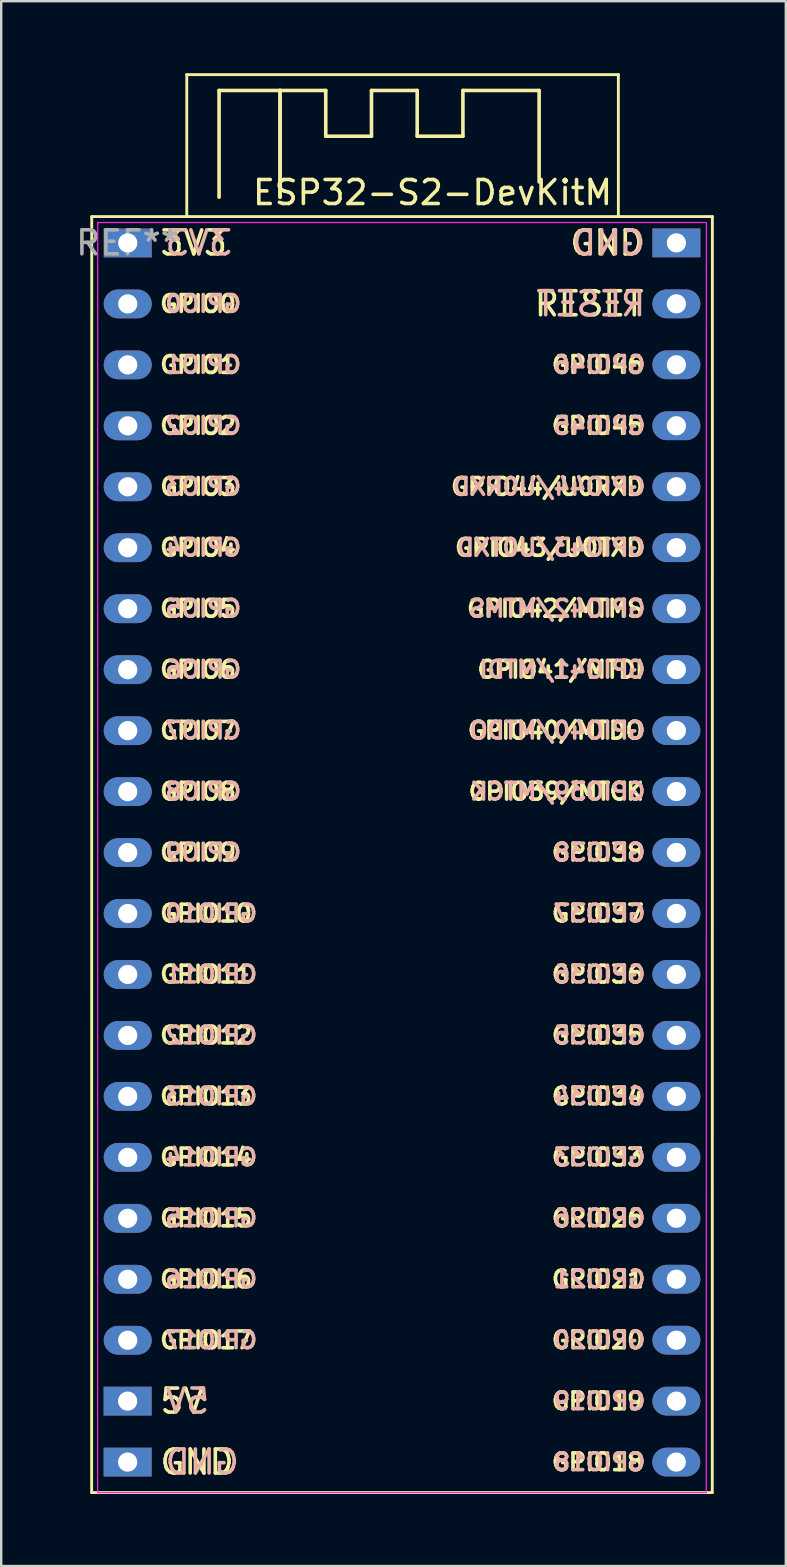
<source format=kicad_pcb>
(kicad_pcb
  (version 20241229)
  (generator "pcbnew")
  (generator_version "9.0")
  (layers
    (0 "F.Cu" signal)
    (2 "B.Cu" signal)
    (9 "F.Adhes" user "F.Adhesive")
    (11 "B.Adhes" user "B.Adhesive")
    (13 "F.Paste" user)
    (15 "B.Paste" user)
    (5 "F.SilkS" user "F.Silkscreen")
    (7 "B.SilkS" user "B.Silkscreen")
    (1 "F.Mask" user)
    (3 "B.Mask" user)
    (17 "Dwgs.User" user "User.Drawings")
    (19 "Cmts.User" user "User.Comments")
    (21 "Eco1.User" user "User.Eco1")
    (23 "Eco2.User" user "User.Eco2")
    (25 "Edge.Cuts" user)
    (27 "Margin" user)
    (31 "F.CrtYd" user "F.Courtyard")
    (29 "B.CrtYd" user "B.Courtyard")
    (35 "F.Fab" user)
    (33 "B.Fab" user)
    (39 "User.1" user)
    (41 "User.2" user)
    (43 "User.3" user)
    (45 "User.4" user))
  (footprint "ESP32-S2-DevKitM"
    (layer "F.Cu")
    (at 2.268 7.07)
    (property "Reference" "ESP32-S2-DevKitM" (at 12.704 -2.097 0) (layer "F.SilkS") (effects (font (size 1 1) (thickness 0.15))))
    (attr through_hole)
    (fp_line (start -1.5 52.07) (end 24.36 52.07) (stroke (width 0.12) (type solid)) (layer "F.SilkS"))
    (fp_line (start -1.496 -1.097) (end -1.5 52.07) (stroke (width 0.12) (type solid)) (layer "F.SilkS"))
    (fp_line (start 2.464 -7.01) (end 20.447 -7.01) (stroke (width 0.12) (type solid)) (layer "F.SilkS"))
    (fp_line (start 2.464 -1.118) (end 2.464 -7.01) (stroke (width 0.12) (type solid)) (layer "F.SilkS"))
    (fp_line (start 3.81 -6.35) (end 6.35 -6.35) (stroke (width 0.15) (type solid)) (layer "F.SilkS"))
    (fp_line (start 3.81 -1.905) (end 3.81 -6.35) (stroke (width 0.15) (type solid)) (layer "F.SilkS"))
    (fp_line (start 6.35 -6.35) (end 6.35 -1.905) (stroke (width 0.15) (type solid)) (layer "F.SilkS"))
    (fp_line (start 6.35 -6.35) (end 8.255 -6.35) (stroke (width 0.15) (type solid)) (layer "F.SilkS"))
    (fp_line (start 6.35 -1.905) (end 6.35 -6.35) (stroke (width 0.15) (type solid)) (layer "F.SilkS"))
    (fp_line (start 8.255 -6.35) (end 8.255 -4.445) (stroke (width 0.15) (type solid)) (layer "F.SilkS"))
    (fp_line (start 8.255 -4.445) (end 10.16 -4.445) (stroke (width 0.15) (type solid)) (layer "F.SilkS"))
    (fp_line (start 10.16 -6.35) (end 12.065 -6.35) (stroke (width 0.15) (type solid)) (layer "F.SilkS"))
    (fp_line (start 10.16 -4.445) (end 10.16 -6.35) (stroke (width 0.15) (type solid)) (layer "F.SilkS"))
    (fp_line (start 12.065 -6.35) (end 12.065 -4.445) (stroke (width 0.15) (type solid)) (layer "F.SilkS"))
    (fp_line (start 12.065 -4.445) (end 13.97 -4.445) (stroke (width 0.15) (type solid)) (layer "F.SilkS"))
    (fp_line (start 13.97 -6.35) (end 17.145 -6.35) (stroke (width 0.15) (type solid)) (layer "F.SilkS"))
    (fp_line (start 13.97 -4.445) (end 13.97 -6.35) (stroke (width 0.15) (type solid)) (layer "F.SilkS"))
    (fp_line (start 17.145 -6.35) (end 17.145 -2.54) (stroke (width 0.15) (type solid)) (layer "F.SilkS"))
    (fp_line (start 20.447 -7.01) (end 20.447 -1.118) (stroke (width 0.12) (type solid)) (layer "F.SilkS"))
    (fp_line (start 24.36 52.07) (end 24.364 -1.097) (stroke (width 0.12) (type solid)) (layer "F.SilkS"))
    (fp_line (start 24.364 -1.097) (end -1.496 -1.097) (stroke (width 0.12) (type solid)) (layer "F.SilkS"))
    (fp_line (start -1.25 52.07) (end -1.246 -0.847) (stroke (width 0.05) (type solid)) (layer "F.CrtYd"))
    (fp_line (start -1.246 -0.847) (end 24.114 -0.847) (stroke (width 0.05) (type solid)) (layer "F.CrtYd"))
    (fp_line (start 24.11 52.07) (end -1.25 52.07) (stroke (width 0.05) (type solid)) (layer "F.CrtYd"))
    (fp_line (start 24.114 -0.847) (end 24.11 52.07) (stroke (width 0.05) (type solid)) (layer "F.CrtYd"))
    (fp_text user "GPIO15" (at 1.27 40.64 0) (unlocked yes) (layer "F.SilkS") (effects (font (size 0.7 0.7) (thickness 0.15)) (justify left)))
    (fp_text user "5V" (at 1.27 48.26 0) (unlocked yes) (layer "F.SilkS") (effects (font (size 1 1) (thickness 0.15)) (justify left)))
    (fp_text user "3V3" (at 1.274 0.003 0) (unlocked yes) (layer "F.SilkS") (effects (font (size 1 1) (thickness 0.15)) (justify left)))
    (fp_text user "GPIO46" (at 21.59 5.08 0) (unlocked yes) (layer "F.SilkS") (effects (font (size 0.7 0.7) (thickness 0.15)) (justify right)))
    (fp_text user "GPIO35" (at 21.59 33.02 0) (unlocked yes) (layer "F.SilkS") (effects (font (size 0.7 0.7) (thickness 0.15)) (justify right)))
    (fp_text user "GPIO20" (at 21.59 45.72 0) (unlocked yes) (layer "F.SilkS") (effects (font (size 0.7 0.7) (thickness 0.15)) (justify right)))
    (fp_text user "GND" (at 21.594 0.003 0) (unlocked yes) (layer "F.SilkS") (effects (font (size 1 1) (thickness 0.15)) (justify right)))
    (fp_text user "GPIO12" (at 1.27 33.02 0) (unlocked yes) (layer "F.SilkS") (effects (font (size 0.7 0.7) (thickness 0.15)) (justify left)))
    (fp_text user "GPIO9" (at 1.27 25.4 0) (unlocked yes) (layer "F.SilkS") (effects (font (size 0.7 0.7) (thickness 0.15)) (justify left)))
    (fp_text user "GPIO5" (at 1.27 15.24 0) (unlocked yes) (layer "F.SilkS") (effects (font (size 0.7 0.7) (thickness 0.15)) (justify left)))
    (fp_text user "GPIO17" (at 1.27 45.72 0) (unlocked yes) (layer "F.SilkS") (effects (font (size 0.7 0.7) (thickness 0.15)) (justify left)))
    (fp_text user "GPIO19" (at 21.59 48.26 0) (unlocked yes) (layer "F.SilkS") (effects (font (size 0.7 0.7) (thickness 0.15)) (justify right)))
    (fp_text user "GPIO37" (at 21.59 27.94 0) (unlocked yes) (layer "F.SilkS") (effects (font (size 0.7 0.7) (thickness 0.15)) (justify right)))
    (fp_text user "GPIO6" (at 1.27 17.78 0) (unlocked yes) (layer "F.SilkS") (effects (font (size 0.7 0.7) (thickness 0.15)) (justify left)))
    (fp_text user "GPIO2" (at 1.27 7.62 0) (unlocked yes) (layer "F.SilkS") (effects (font (size 0.7 0.7) (thickness 0.15)) (justify left)))
    (fp_text user "GPIO21" (at 21.59 43.18 0) (unlocked yes) (layer "F.SilkS") (effects (font (size 0.7 0.7) (thickness 0.15)) (justify right)))
    (fp_text user "GPIO14" (at 1.27 38.1 0) (unlocked yes) (layer "F.SilkS") (effects (font (size 0.7 0.7) (thickness 0.15)) (justify left)))
    (fp_text user "GPIO4" (at 1.27 12.7 0) (unlocked yes) (layer "F.SilkS") (effects (font (size 0.7 0.7) (thickness 0.15)) (justify left)))
    (fp_text user "GPIO1" (at 1.27 5.08 0) (unlocked yes) (layer "F.SilkS") (effects (font (size 0.7 0.7) (thickness 0.15)) (justify left)))
    (fp_text user "GPIO18" (at 21.59 50.8 0) (unlocked yes) (layer "F.SilkS") (effects (font (size 0.7 0.7) (thickness 0.15)) (justify right)))
    (fp_text user "GPIO0" (at 1.27 2.54 0) (unlocked yes) (layer "F.SilkS") (effects (font (size 0.7 0.7) (thickness 0.15)) (justify left)))
    (fp_text user "GPIO36" (at 21.59 30.48 0) (unlocked yes) (layer "F.SilkS") (effects (font (size 0.7 0.7) (thickness 0.15)) (justify right)))
    (fp_text user "GPIO45" (at 21.59 7.62 0) (unlocked yes) (layer "F.SilkS") (effects (font (size 0.7 0.7) (thickness 0.15)) (justify right)))
    (fp_text user "GPIO3" (at 1.274 10.16 0) (unlocked yes) (layer "F.SilkS") (effects (font (size 0.7 0.7) (thickness 0.15)) (justify left)))
    (fp_text user "GPIO41/MTDI" (at 21.59 17.78 0) (unlocked yes) (layer "F.SilkS") (effects (font (size 0.7 0.7) (thickness 0.15)) (justify right)))
    (fp_text user "GPIO26" (at 21.59 40.64 0) (unlocked yes) (layer "F.SilkS") (effects (font (size 0.7 0.7) (thickness 0.15)) (justify right)))
    (fp_text user "GPIO43/U0TXD" (at 21.59 12.7 0) (unlocked yes) (layer "F.SilkS") (effects (font (size 0.7 0.7) (thickness 0.15)) (justify right)))
    (fp_text user "GPIO42/MTMS" (at 21.59 15.24 0) (unlocked yes) (layer "F.SilkS") (effects (font (size 0.7 0.7) (thickness 0.15)) (justify right)))
    (fp_text user "GPIO11" (at 1.27 30.48 0) (unlocked yes) (layer "F.SilkS") (effects (font (size 0.7 0.7) (thickness 0.15)) (justify left)))
    (fp_text user "GPIO44/U0RXD" (at 21.59 10.16 0) (unlocked yes) (layer "F.SilkS") (effects (font (size 0.7 0.7) (thickness 0.15)) (justify right)))
    (fp_text user "GPIO7" (at 1.27 20.32 0) (unlocked yes) (layer "F.SilkS") (effects (font (size 0.7 0.7) (thickness 0.15)) (justify left)))
    (fp_text user "RESET" (at 21.59 2.54 0) (unlocked yes) (layer "F.SilkS") (effects (font (size 1 1) (thickness 0.15)) (justify right)))
    (fp_text user "GPIO34" (at 21.59 35.56 0) (unlocked yes) (layer "F.SilkS") (effects (font (size 0.7 0.7) (thickness 0.15)) (justify right)))
    (fp_text user "GPIO33" (at 21.59 38.1 0) (unlocked yes) (layer "F.SilkS") (effects (font (size 0.7 0.7) (thickness 0.15)) (justify right)))
    (fp_text user "GND" (at 1.27 50.8 0) (unlocked yes) (layer "F.SilkS") (effects (font (size 1 1) (thickness 0.15)) (justify left)))
    (fp_text user "GPIO38" (at 21.59 25.4 0) (unlocked yes) (layer "F.SilkS") (effects (font (size 0.7 0.7) (thickness 0.15)) (justify right)))
    (fp_text user "GPIO13" (at 1.27 35.56 0) (unlocked yes) (layer "F.SilkS") (effects (font (size 0.7 0.7) (thickness 0.15)) (justify left)))
    (fp_text user "GPIO16" (at 1.27 43.18 0) (unlocked yes) (layer "F.SilkS") (effects (font (size 0.7 0.7) (thickness 0.15)) (justify left)))
    (fp_text user "GPIO8" (at 1.27 22.86 0) (unlocked yes) (layer "F.SilkS") (effects (font (size 0.7 0.7) (thickness 0.15)) (justify left)))
    (fp_text user "GPIO39/MTCK" (at 21.59 22.86 0) (unlocked yes) (layer "F.SilkS") (effects (font (size 0.7 0.7) (thickness 0.15)) (justify right)))
    (fp_text user "GPIO10" (at 1.27 27.94 0) (unlocked yes) (layer "F.SilkS") (effects (font (size 0.7 0.7) (thickness 0.15)) (justify left)))
    (fp_text user "GPIO40/MTDO" (at 21.59 20.32 0) (unlocked yes) (layer "F.SilkS") (effects (font (size 0.7 0.7) (thickness 0.15)) (justify right)))
    (fp_text user "GPIO4" (at 4.816 12.697 0) (unlocked yes) (layer "B.SilkS") (effects (font (size 0.7 0.7) (thickness 0.15)) (justify left mirror)))
    (fp_text user "GPIO7" (at 4.816 20.317 0) (unlocked yes) (layer "B.SilkS") (effects (font (size 0.7 0.7) (thickness 0.15)) (justify left mirror)))
    (fp_text user "GPIO6" (at 4.816 17.777 0) (unlocked yes) (layer "B.SilkS") (effects (font (size 0.7 0.7) (thickness 0.15)) (justify left mirror)))
    (fp_text user "GPIO5" (at 4.816 15.237 0) (unlocked yes) (layer "B.SilkS") (effects (font (size 0.7 0.7) (thickness 0.15)) (justify left mirror)))
    (fp_text user "GPIO37" (at 17.663 27.937 0) (unlocked yes) (layer "B.SilkS") (effects (font (size 0.7 0.7) (thickness 0.15)) (justify right mirror)))
    (fp_text user "RESET" (at 16.939 2.537 0) (unlocked yes) (layer "B.SilkS") (effects (font (size 1 1) (thickness 0.15)) (justify right mirror)))
    (fp_text user "GPIO34" (at 17.663 35.557 0) (unlocked yes) (layer "B.SilkS") (effects (font (size 0.7 0.7) (thickness 0.15)) (justify right mirror)))
    (fp_text user "GPIO10" (at 5.483 27.937 0) (unlocked yes) (layer "B.SilkS") (effects (font (size 0.7 0.7) (thickness 0.15)) (justify left mirror)))
    (fp_text user "GPIO0" (at 4.816 2.537 0) (unlocked yes) (layer "B.SilkS") (effects (font (size 0.7 0.7) (thickness 0.15)) (justify left mirror)))
    (fp_text user "GPIO39/MTCK" (at 14.196 22.857 0) (unlocked yes) (layer "B.SilkS") (effects (font (size 0.7 0.7) (thickness 0.15)) (justify right mirror)))
    (fp_text user "GND" (at 18.415 0 0) (unlocked yes) (layer "B.SilkS") (effects (font (size 1 1) (thickness 0.15)) (justify right mirror)))
    (fp_text user "GPIO26" (at 17.663 40.637 0) (unlocked yes) (layer "B.SilkS") (effects (font (size 0.7 0.7) (thickness 0.15)) (justify right mirror)))
    (fp_text user "GPIO43/U0TXD" (at 13.629 12.697 0) (unlocked yes) (layer "B.SilkS") (effects (font (size 0.7 0.7) (thickness 0.15)) (justify right mirror)))
    (fp_text user "GPIO41/MTDI" (at 14.563 17.777 0) (unlocked yes) (layer "B.SilkS") (effects (font (size 0.7 0.7) (thickness 0.15)) (justify right mirror)))
    (fp_text user "GPIO38" (at 17.663 25.397 0) (unlocked yes) (layer "B.SilkS") (effects (font (size 0.7 0.7) (thickness 0.15)) (justify right mirror)))
    (fp_text user "GPIO2" (at 4.816 7.617 0) (unlocked yes) (layer "B.SilkS") (effects (font (size 0.7 0.7) (thickness 0.15)) (justify left mirror)))
    (fp_text user "GPIO13" (at 5.483 35.557 0) (unlocked yes) (layer "B.SilkS") (effects (font (size 0.7 0.7) (thickness 0.15)) (justify left mirror)))
    (fp_text user "GPIO19" (at 17.663 48.257 0) (unlocked yes) (layer "B.SilkS") (effects (font (size 0.7 0.7) (thickness 0.15)) (justify right mirror)))
    (fp_text user "GPIO42/MTMS" (at 14.129 15.237 0) (unlocked yes) (layer "B.SilkS") (effects (font (size 0.7 0.7) (thickness 0.15)) (justify right mirror)))
    (fp_text user "GPIO1" (at 4.816 5.077 0) (unlocked yes) (layer "B.SilkS") (effects (font (size 0.7 0.7) (thickness 0.15)) (justify left mirror)))
    (fp_text user "GPIO12" (at 5.483 33.017 0) (unlocked yes) (layer "B.SilkS") (effects (font (size 0.7 0.7) (thickness 0.15)) (justify left mirror)))
    (fp_text user "GPIO44/U0RXD" (at 13.463 10.157 0) (unlocked yes) (layer "B.SilkS") (effects (font (size 0.7 0.7) (thickness 0.15)) (justify right mirror)))
    (fp_text user "5V" (at 3.493 48.257 0) (unlocked yes) (layer "B.SilkS") (effects (font (size 1 1) (thickness 0.15)) (justify left mirror)))
    (fp_text user "GPIO8" (at 4.816 22.857 0) (unlocked yes) (layer "B.SilkS") (effects (font (size 0.7 0.7) (thickness 0.15)) (justify left mirror)))
    (fp_text user "GPIO33" (at 17.663 38.097 0) (unlocked yes) (layer "B.SilkS") (effects (font (size 0.7 0.7) (thickness 0.15)) (justify right mirror)))
    (fp_text user "GPIO18" (at 17.663 50.797 0) (unlocked yes) (layer "B.SilkS") (effects (font (size 0.7 0.7) (thickness 0.15)) (justify right mirror)))
    (fp_text user "GPIO36" (at 17.663 30.477 0) (unlocked yes) (layer "B.SilkS") (effects (font (size 0.7 0.7) (thickness 0.15)) (justify right mirror)))
    (fp_text user "GPIO9" (at 4.816 25.397 0) (unlocked yes) (layer "B.SilkS") (effects (font (size 0.7 0.7) (thickness 0.15)) (justify left mirror)))
    (fp_text user "GPIO15" (at 5.483 40.637 0) (unlocked yes) (layer "B.SilkS") (effects (font (size 0.7 0.7) (thickness 0.15)) (justify left mirror)))
    (fp_text user "GPIO3" (at 4.816 10.157 0) (unlocked yes) (layer "B.SilkS") (effects (font (size 0.7 0.7) (thickness 0.15)) (justify left mirror)))
    (fp_text user "GND" (at 4.731 50.797 0) (unlocked yes) (layer "B.SilkS") (effects (font (size 1 1) (thickness 0.15)) (justify left mirror)))
    (fp_text user "GPIO45" (at 17.663 7.617 0) (unlocked yes) (layer "B.SilkS") (effects (font (size 0.7 0.7) (thickness 0.15)) (justify right mirror)))
    (fp_text user "GPIO11" (at 5.483 30.477 0) (unlocked yes) (layer "B.SilkS") (effects (font (size 0.7 0.7) (thickness 0.15)) (justify left mirror)))
    (fp_text user "GPIO40/MTDO" (at 14.163 20.317 0) (unlocked yes) (layer "B.SilkS") (effects (font (size 0.7 0.7) (thickness 0.15)) (justify right mirror)))
    (fp_text user "GPIO20" (at 17.663 45.717 0) (unlocked yes) (layer "B.SilkS") (effects (font (size 0.7 0.7) (thickness 0.15)) (justify right mirror)))
    (fp_text user "GPIO17" (at 5.483 45.717 0) (unlocked yes) (layer "B.SilkS") (effects (font (size 0.7 0.7) (thickness 0.15)) (justify left mirror)))
    (fp_text user "GPIO35" (at 17.663 33.017 0) (unlocked yes) (layer "B.SilkS") (effects (font (size 0.7 0.7) (thickness 0.15)) (justify right mirror)))
    (fp_text user "GPIO14" (at 5.483 38.097 0) (unlocked yes) (layer "B.SilkS") (effects (font (size 0.7 0.7) (thickness 0.15)) (justify left mirror)))
    (fp_text user "3V3" (at 4.445 0 0) (unlocked yes) (layer "B.SilkS") (effects (font (size 1 1) (thickness 0.15)) (justify left mirror)))
    (fp_text user "GPIO21" (at 17.663 43.177 0) (unlocked yes) (layer "B.SilkS") (effects (font (size 0.7 0.7) (thickness 0.15)) (justify right mirror)))
    (fp_text user "GPIO16" (at 5.483 43.177 0) (unlocked yes) (layer "B.SilkS") (effects (font (size 0.7 0.7) (thickness 0.15)) (justify left mirror)))
    (fp_text user "GPIO46" (at 17.663 5.077 0) (unlocked yes) (layer "B.SilkS") (effects (font (size 0.7 0.7) (thickness 0.15)) (justify right mirror)))
    (fp_text user "REF**" (at 0 0 0) (layer "F.Fab") (effects (font (size 1 1) (thickness 0.15))))
    (pad "1" thru_hole rect (at 0.004 0.003 270) (size 1.2 2) (drill 0.8) (layers "*.Cu" "*.Mask"))
    (pad "2" thru_hole oval (at 0.004 2.543 270) (size 1.2 2) (drill 0.8) (layers "*.Cu" "*.Mask"))
    (pad "3" thru_hole oval (at 0.004 5.083 270) (size 1.2 2) (drill 0.8) (layers "*.Cu" "*.Mask"))
    (pad "4" thru_hole oval (at 0.004 7.623 270) (size 1.2 2) (drill 0.8) (layers "*.Cu" "*.Mask"))
    (pad "5" thru_hole oval (at 0.004 10.163 270) (size 1.2 2) (drill 0.8) (layers "*.Cu" "*.Mask"))
    (pad "6" thru_hole oval (at 0.004 12.703 270) (size 1.2 2) (drill 0.8) (layers "*.Cu" "*.Mask"))
    (pad "7" thru_hole oval (at 0.004 15.243 270) (size 1.2 2) (drill 0.8) (layers "*.Cu" "*.Mask"))
    (pad "8" thru_hole oval (at 0.004 17.783 270) (size 1.2 2) (drill 0.8) (layers "*.Cu" "*.Mask"))
    (pad "9" thru_hole oval (at 0.004 20.323 270) (size 1.2 2) (drill 0.8) (layers "*.Cu" "*.Mask"))
    (pad "10" thru_hole oval (at 0.004 22.863 270) (size 1.2 2) (drill 0.8) (layers "*.Cu" "*.Mask"))
    (pad "11" thru_hole oval (at 0.004 25.403 270) (size 1.2 2) (drill 0.8) (layers "*.Cu" "*.Mask"))
    (pad "12" thru_hole oval (at 0.004 27.943 270) (size 1.2 2) (drill 0.8) (layers "*.Cu" "*.Mask"))
    (pad "13" thru_hole oval (at 0.004 30.483 270) (size 1.2 2) (drill 0.8) (layers "*.Cu" "*.Mask"))
    (pad "14" thru_hole oval (at 0.004 33.023 270) (size 1.2 2) (drill 0.8) (layers "*.Cu" "*.Mask"))
    (pad "15" thru_hole oval (at 0.004 35.563 270) (size 1.2 2) (drill 0.8) (layers "*.Cu" "*.Mask"))
    (pad "16" thru_hole oval (at 0.004 38.103 270) (size 1.2 2) (drill 0.8) (layers "*.Cu" "*.Mask"))
    (pad "17" thru_hole oval (at 0.004 40.643 270) (size 1.2 2) (drill 0.8) (layers "*.Cu" "*.Mask"))
    (pad "18" thru_hole oval (at 0.004 43.183 270) (size 1.2 2) (drill 0.8) (layers "*.Cu" "*.Mask"))
    (pad "19" thru_hole oval (at 0.004 45.723 270) (size 1.2 2) (drill 0.8) (layers "*.Cu" "*.Mask"))
    (pad "20" thru_hole rect (at 0 48.26 270) (size 1.2 2) (drill 0.8) (layers "*.Cu" "*.Mask"))
    (pad "21" thru_hole rect (at 0 50.8 270) (size 1.2 2) (drill 0.8) (layers "*.Cu" "*.Mask"))
    (pad "22" thru_hole oval (at 22.86 50.8 270) (size 1.2 2) (drill 0.8) (layers "*.Cu" "*.Mask"))
    (pad "23" thru_hole oval (at 22.864 48.26 270) (size 1.2 2) (drill 0.8) (layers "*.Cu" "*.Mask"))
    (pad "24" thru_hole oval (at 22.864 45.72 270) (size 1.2 2) (drill 0.8) (layers "*.Cu" "*.Mask"))
    (pad "25" thru_hole oval (at 22.864 43.18 270) (size 1.2 2) (drill 0.8) (layers "*.Cu" "*.Mask"))
    (pad "26" thru_hole oval (at 22.864 40.64 270) (size 1.2 2) (drill 0.8) (layers "*.Cu" "*.Mask"))
    (pad "27" thru_hole oval (at 22.864 38.1 270) (size 1.2 2) (drill 0.8) (layers "*.Cu" "*.Mask"))
    (pad "28" thru_hole oval (at 22.864 35.56 270) (size 1.2 2) (drill 0.8) (layers "*.Cu" "*.Mask"))
    (pad "29" thru_hole oval (at 22.864 33.02 270) (size 1.2 2) (drill 0.8) (layers "*.Cu" "*.Mask"))
    (pad "30" thru_hole oval (at 22.864 30.48 270) (size 1.2 2) (drill 0.8) (layers "*.Cu" "*.Mask"))
    (pad "31" thru_hole oval (at 22.864 27.94 270) (size 1.2 2) (drill 0.8) (layers "*.Cu" "*.Mask"))
    (pad "32" thru_hole oval (at 22.864 25.4 270) (size 1.2 2) (drill 0.8) (layers "*.Cu" "*.Mask"))
    (pad "33" thru_hole oval (at 22.864 22.86 270) (size 1.2 2) (drill 0.8) (layers "*.Cu" "*.Mask"))
    (pad "34" thru_hole oval (at 22.864 20.32 270) (size 1.2 2) (drill 0.8) (layers "*.Cu" "*.Mask"))
    (pad "35" thru_hole oval (at 22.864 17.78 270) (size 1.2 2) (drill 0.8) (layers "*.Cu" "*.Mask"))
    (pad "36" thru_hole oval (at 22.864 15.24 270) (size 1.2 2) (drill 0.8) (layers "*.Cu" "*.Mask"))
    (pad "37" thru_hole oval (at 22.864 12.7 270) (size 1.2 2) (drill 0.8) (layers "*.Cu" "*.Mask"))
    (pad "38" thru_hole oval (at 22.864 10.16 270) (size 1.2 2) (drill 0.8) (layers "*.Cu" "*.Mask"))
    (pad "39" thru_hole oval (at 22.864 7.62 270) (size 1.2 2) (drill 0.8) (layers "*.Cu" "*.Mask"))
    (pad "40" thru_hole oval (at 22.864 5.08 270) (size 1.2 2) (drill 0.8) (layers "*.Cu" "*.Mask"))
    (pad "41" thru_hole oval (at 22.864 2.54 270) (size 1.2 2) (drill 0.8) (layers "*.Cu" "*.Mask"))
    (pad "42" thru_hole rect (at 22.864 0 270) (size 1.2 2) (drill 0.8) (layers "*.Cu" "*.Mask")))
  (gr_rect
    (start -3 -3)
    (end 29.692 62.2)
    (stroke (width 0.1) (type default))
    (fill no)
    (layer "Edge.Cuts")))
</source>
